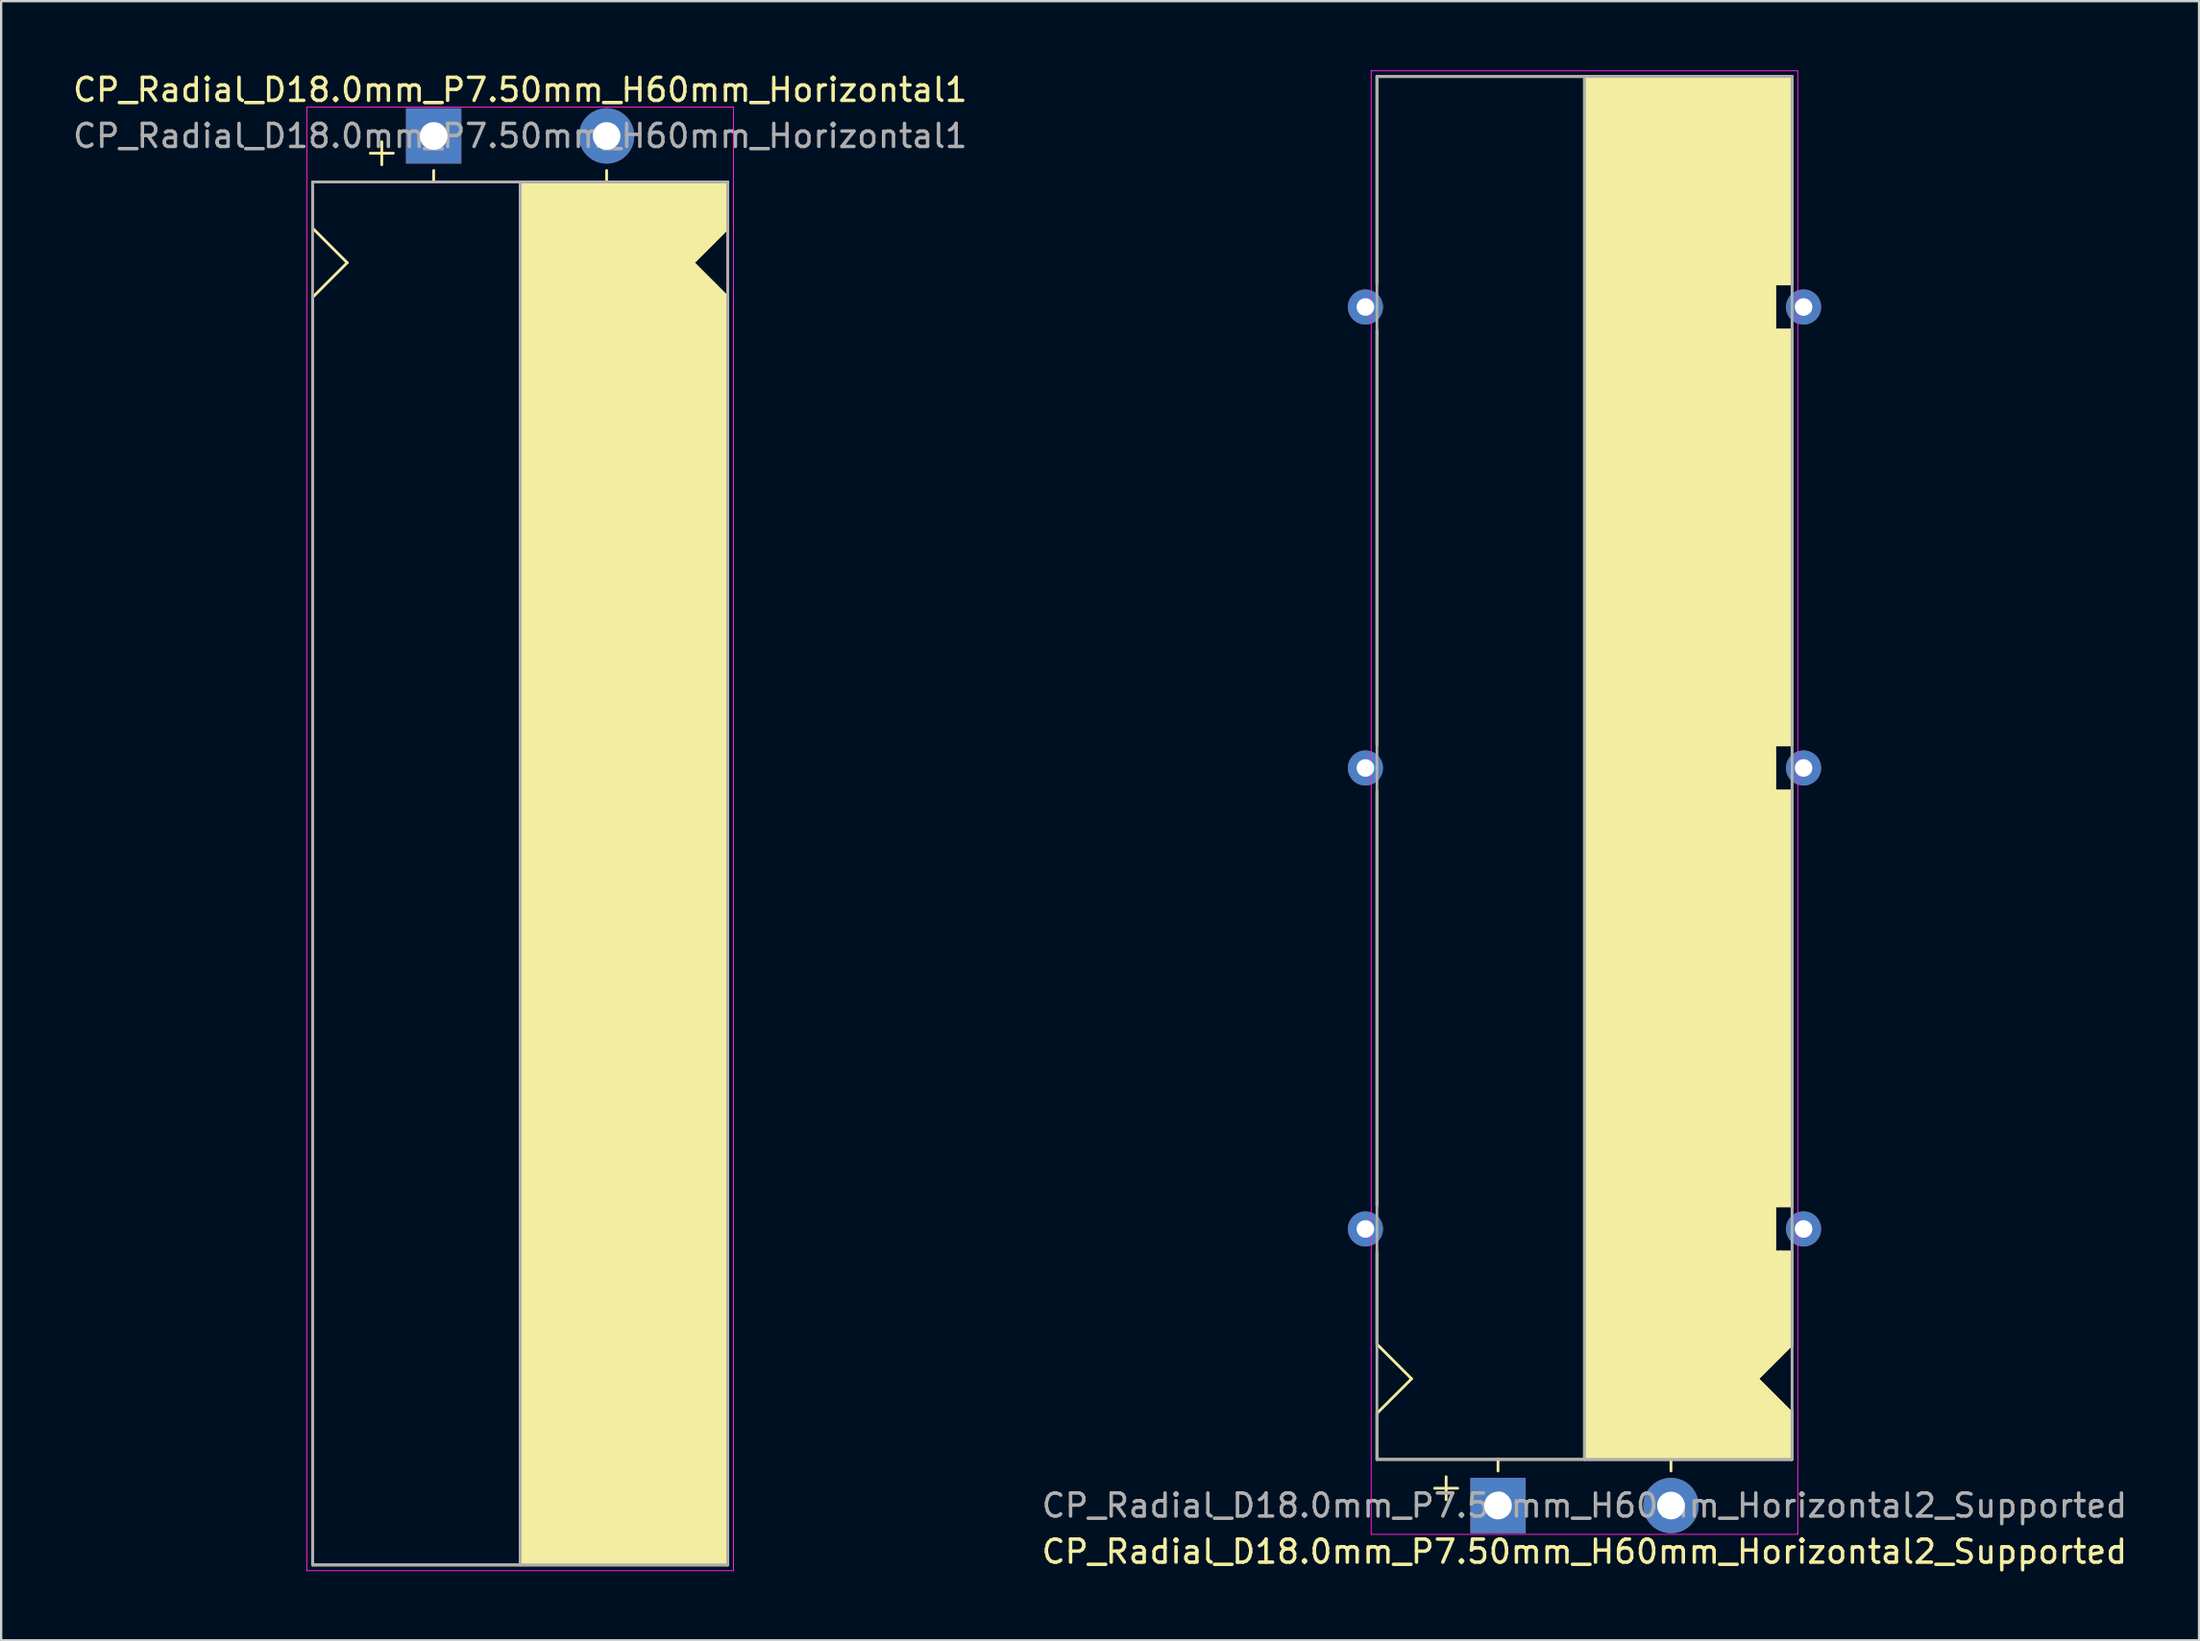
<source format=kicad_pcb>
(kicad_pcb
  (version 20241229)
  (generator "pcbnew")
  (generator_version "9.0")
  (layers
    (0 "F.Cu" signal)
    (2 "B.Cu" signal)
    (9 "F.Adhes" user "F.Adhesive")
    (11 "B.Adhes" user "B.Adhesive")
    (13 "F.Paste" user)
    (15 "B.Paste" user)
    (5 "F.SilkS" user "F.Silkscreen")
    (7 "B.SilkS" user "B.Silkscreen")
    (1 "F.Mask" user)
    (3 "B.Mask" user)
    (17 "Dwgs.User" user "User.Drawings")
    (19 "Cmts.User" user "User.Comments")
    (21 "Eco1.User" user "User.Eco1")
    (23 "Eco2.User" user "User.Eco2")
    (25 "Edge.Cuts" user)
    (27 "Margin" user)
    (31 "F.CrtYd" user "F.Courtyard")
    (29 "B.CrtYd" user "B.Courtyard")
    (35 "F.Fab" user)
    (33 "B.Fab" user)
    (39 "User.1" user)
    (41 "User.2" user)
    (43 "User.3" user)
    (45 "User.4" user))
  (footprint "CP_Radial_D18.0mm_P7.50mm_H60mm_Horizontal1"
    (layer "F.Cu")
    (at 15.756 2.848)
    (property "Reference" "CP_Radial_D18.0mm_P7.50mm_H60mm_Horizontal1" (at 3.75 -2 0) (layer "F.SilkS") (effects (font (size 1 1) (thickness 0.15))))
    (attr through_hole)
    (fp_line (start -5.25 2) (end -5.25 4) (stroke (width 0.12) (type solid)) (layer "F.SilkS"))
    (fp_line (start -5.25 2) (end 12.75 2) (stroke (width 0.12) (type solid)) (layer "F.SilkS"))
    (fp_line (start -5.25 4) (end -3.75 5.5) (stroke (width 0.12) (type solid)) (layer "F.SilkS"))
    (fp_line (start -5.25 7) (end -5.25 62) (stroke (width 0.12) (type solid)) (layer "F.SilkS"))
    (fp_line (start -5.25 7) (end -3.75 5.5) (stroke (width 0.12) (type solid)) (layer "F.SilkS"))
    (fp_line (start -5.25 62) (end 12.75 62) (stroke (width 0.12) (type solid)) (layer "F.SilkS"))
    (fp_line (start -2.25 0.25) (end -2.25 1.25) (stroke (width 0.12) (type solid)) (layer "F.SilkS"))
    (fp_line (start -1.75 0.75) (end -2.75 0.75) (stroke (width 0.12) (type solid)) (layer "F.SilkS"))
    (fp_line (start 0 1.5) (end 0 2) (stroke (width 0.12) (type solid)) (layer "F.SilkS"))
    (fp_line (start 3.75 2) (end 3.75 62) (stroke (width 0.12) (type solid)) (layer "F.SilkS"))
    (fp_line (start 7.5 1.5) (end 7.5 2) (stroke (width 0.12) (type solid)) (layer "F.SilkS"))
    (fp_line (start 12.75 2) (end 12.75 4) (stroke (width 0.12) (type solid)) (layer "F.SilkS"))
    (fp_line (start 12.75 4) (end 11.25 5.5) (stroke (width 0.12) (type solid)) (layer "F.SilkS"))
    (fp_line (start 12.75 7) (end 11.25 5.5) (stroke (width 0.12) (type solid)) (layer "F.SilkS"))
    (fp_line (start 12.75 62) (end 12.75 7) (stroke (width 0.12) (type solid)) (layer "F.SilkS"))
    (fp_poly (pts (xy 12.75 4) (xy 11.25 5.5) (xy 12.75 7) (xy 12.75 62) (xy 3.75 62) (xy 3.75 2) (xy 12.75 2)) (stroke (width 0.1) (type solid)) (fill yes) (layer "F.SilkS"))
    (fp_line (start -5.5 -1.25) (end -5.5 62.25) (stroke (width 0.04) (type solid)) (layer "F.CrtYd"))
    (fp_line (start -5.5 62.25) (end 13 62.25) (stroke (width 0.04) (type solid)) (layer "F.CrtYd"))
    (fp_line (start 13 -1.25) (end -5.5 -1.25) (stroke (width 0.04) (type solid)) (layer "F.CrtYd"))
    (fp_line (start 13 62.25) (end 13 -1.25) (stroke (width 0.04) (type solid)) (layer "F.CrtYd"))
    (fp_line (start -5.25 2) (end -5.25 62) (stroke (width 0.12) (type solid)) (layer "F.Fab"))
    (fp_line (start -5.25 62) (end 12.75 62) (stroke (width 0.12) (type solid)) (layer "F.Fab"))
    (fp_line (start 3.75 2) (end 3.75 62) (stroke (width 0.12) (type solid)) (layer "F.Fab"))
    (fp_line (start 12.75 2) (end -5.25 2) (stroke (width 0.12) (type solid)) (layer "F.Fab"))
    (fp_line (start 12.75 62) (end 12.75 2) (stroke (width 0.12) (type solid)) (layer "F.Fab"))
    (fp_poly (pts (xy 12.75 62) (xy 3.75 62) (xy 3.75 2) (xy 12.75 2)) (stroke (width 0.1) (type solid)) (fill no) (layer "F.Fab"))
    (fp_text user "${REFERENCE}" (at 3.75 0 0) (layer "F.Fab") (effects (font (size 1 1) (thickness 0.15))))
    (pad "1" thru_hole rect (at 0 0) (size 2.4 2.4) (drill 1.2) (layers "*.Cu" "*.Mask"))
    (pad "2" thru_hole circle (at 7.5 0) (size 2.4 2.4) (drill 1.2) (layers "*.Cu" "*.Mask")))
  (footprint "CP_Radial_D18.0mm_P7.50mm_H60mm_Horizontal2_Supported"
    (layer "F.Cu")
    (at 61.911 62.27)
    (property "Reference" "CP_Radial_D18.0mm_P7.50mm_H60mm_Horizontal2_Supported" (at 3.75 2 0) (layer "F.SilkS") (effects (font (size 1 1) (thickness 0.15))))
    (attr through_hole)
    (fp_line (start -5.25 -62) (end 12.75 -62) (stroke (width 0.12) (type solid)) (layer "F.SilkS"))
    (fp_line (start -5.25 -53) (end -5.25 -62) (stroke (width 0.12) (type solid)) (layer "F.SilkS"))
    (fp_line (start -5.25 -33) (end -5.25 -51) (stroke (width 0.12) (type solid)) (layer "F.SilkS"))
    (fp_line (start -5.25 -13) (end -5.25 -31) (stroke (width 0.12) (type solid)) (layer "F.SilkS"))
    (fp_line (start -5.25 -11) (end -5.25 -7) (stroke (width 0.12) (type solid)) (layer "F.SilkS"))
    (fp_line (start -5.25 -7) (end -3.75 -5.5) (stroke (width 0.12) (type solid)) (layer "F.SilkS"))
    (fp_line (start -5.25 -4) (end -3.75 -5.5) (stroke (width 0.12) (type solid)) (layer "F.SilkS"))
    (fp_line (start -5.25 -2) (end -5.25 -4) (stroke (width 0.12) (type solid)) (layer "F.SilkS"))
    (fp_line (start -5.25 -2) (end 12.75 -2) (stroke (width 0.12) (type solid)) (layer "F.SilkS"))
    (fp_line (start -2.25 -1.25) (end -2.25 -0.25) (stroke (width 0.12) (type solid)) (layer "F.SilkS"))
    (fp_line (start -1.75 -0.75) (end -2.75 -0.75) (stroke (width 0.12) (type solid)) (layer "F.SilkS"))
    (fp_line (start 0 -1.5) (end 0 -2) (stroke (width 0.12) (type solid)) (layer "F.SilkS"))
    (fp_line (start 3.75 -2) (end 3.75 -62) (stroke (width 0.12) (type solid)) (layer "F.SilkS"))
    (fp_line (start 7.5 -1.5) (end 7.5 -2) (stroke (width 0.12) (type solid)) (layer "F.SilkS"))
    (fp_line (start 12 -53) (end 12.75 -53) (stroke (width 0.12) (type solid)) (layer "F.SilkS"))
    (fp_line (start 12 -51) (end 12 -53) (stroke (width 0.12) (type solid)) (layer "F.SilkS"))
    (fp_line (start 12 -33) (end 12.75 -33) (stroke (width 0.12) (type solid)) (layer "F.SilkS"))
    (fp_line (start 12 -31) (end 12 -33) (stroke (width 0.12) (type solid)) (layer "F.SilkS"))
    (fp_line (start 12 -13) (end 12.75 -13) (stroke (width 0.12) (type solid)) (layer "F.SilkS"))
    (fp_line (start 12 -11) (end 12 -13) (stroke (width 0.12) (type solid)) (layer "F.SilkS"))
    (fp_line (start 12.25 -11) (end 12 -11) (stroke (width 0.12) (type solid)) (layer "F.SilkS"))
    (fp_line (start 12.75 -53) (end 12.75 -62) (stroke (width 0.12) (type solid)) (layer "F.SilkS"))
    (fp_line (start 12.75 -51) (end 12 -51) (stroke (width 0.12) (type solid)) (layer "F.SilkS"))
    (fp_line (start 12.75 -33) (end 12.75 -51) (stroke (width 0.12) (type solid)) (layer "F.SilkS"))
    (fp_line (start 12.75 -31) (end 12 -31) (stroke (width 0.12) (type solid)) (layer "F.SilkS"))
    (fp_line (start 12.75 -13) (end 12.75 -31) (stroke (width 0.12) (type solid)) (layer "F.SilkS"))
    (fp_line (start 12.75 -11) (end 12.25 -11) (stroke (width 0.12) (type solid)) (layer "F.SilkS"))
    (fp_line (start 12.75 -11) (end 12.75 -7) (stroke (width 0.12) (type solid)) (layer "F.SilkS"))
    (fp_line (start 12.75 -7) (end 11.25 -5.5) (stroke (width 0.12) (type solid)) (layer "F.SilkS"))
    (fp_line (start 12.75 -4) (end 11.25 -5.5) (stroke (width 0.12) (type solid)) (layer "F.SilkS"))
    (fp_line (start 12.75 -2) (end 12.75 -4) (stroke (width 0.12) (type solid)) (layer "F.SilkS"))
    (fp_poly (pts (xy 12.75 -4) (xy 11.25 -5.5) (xy 12.75 -7) (xy 12.75 -11) (xy 12 -11) (xy 12 -13) (xy 12.75 -13) (xy 12.75 -31) (xy 12 -31) (xy 12 -33) (xy 12.75 -33) (xy 12.75 -51) (xy 12 -51) (xy 12 -53) (xy 12.75 -53) (xy 12.75 -62) (xy 3.75 -62) (xy 3.75 -2) (xy 12.75 -2)) (stroke (width 0.1) (type solid)) (fill yes) (layer "F.SilkS"))
    (fp_line (start -5.5 -62.25) (end 13 -62.25) (stroke (width 0.04) (type solid)) (layer "F.CrtYd"))
    (fp_line (start -5.5 1.25) (end -5.5 -62.25) (stroke (width 0.04) (type solid)) (layer "F.CrtYd"))
    (fp_line (start 13 -62.25) (end 13 1.25) (stroke (width 0.04) (type solid)) (layer "F.CrtYd"))
    (fp_line (start 13 1.25) (end -5.5 1.25) (stroke (width 0.04) (type solid)) (layer "F.CrtYd"))
    (fp_line (start -5.25 -62) (end 12.75 -62) (stroke (width 0.12) (type solid)) (layer "F.Fab"))
    (fp_line (start -5.25 -2) (end -5.25 -62) (stroke (width 0.12) (type solid)) (layer "F.Fab"))
    (fp_line (start 3.75 -2) (end 3.75 -62) (stroke (width 0.12) (type solid)) (layer "F.Fab"))
    (fp_line (start 12.75 -62) (end 12.75 -2) (stroke (width 0.12) (type solid)) (layer "F.Fab"))
    (fp_line (start 12.75 -2) (end -5.25 -2) (stroke (width 0.12) (type solid)) (layer "F.Fab"))
    (fp_poly (pts (xy 12.75 -62) (xy 3.75 -62) (xy 3.75 -2) (xy 12.75 -2)) (stroke (width 0.1) (type solid)) (fill no) (layer "F.Fab"))
    (fp_text user "${REFERENCE}" (at 3.75 0 0) (layer "F.Fab") (effects (font (size 1 1) (thickness 0.15))))
    (pad "" thru_hole circle (at -5.75 -52 180) (size 1.524 1.524) (drill 0.762) (layers "*.Cu" "*.Mask"))
    (pad "" thru_hole circle (at -5.75 -32 180) (size 1.524 1.524) (drill 0.762) (layers "*.Cu" "*.Mask"))
    (pad "" thru_hole circle (at -5.75 -12 180) (size 1.524 1.524) (drill 0.762) (layers "*.Cu" "*.Mask"))
    (pad "" thru_hole circle (at 13.25 -52 180) (size 1.524 1.524) (drill 0.762) (layers "*.Cu" "*.Mask"))
    (pad "" thru_hole circle (at 13.25 -32 180) (size 1.524 1.524) (drill 0.762) (layers "*.Cu" "*.Mask"))
    (pad "" thru_hole circle (at 13.25 -12 180) (size 1.524 1.524) (drill 0.762) (layers "*.Cu" "*.Mask"))
    (pad "1" thru_hole rect (at 0 0) (size 2.4 2.4) (drill 1.2) (layers "*.Cu" "*.Mask"))
    (pad "2" thru_hole circle (at 7.5 0) (size 2.4 2.4) (drill 1.2) (layers "*.Cu" "*.Mask")))
  (gr_rect
    (start -3 -3)
    (end 92.31 68.118)
    (stroke (width 0.1) (type default))
    (fill no)
    (layer "Edge.Cuts")))
</source>
